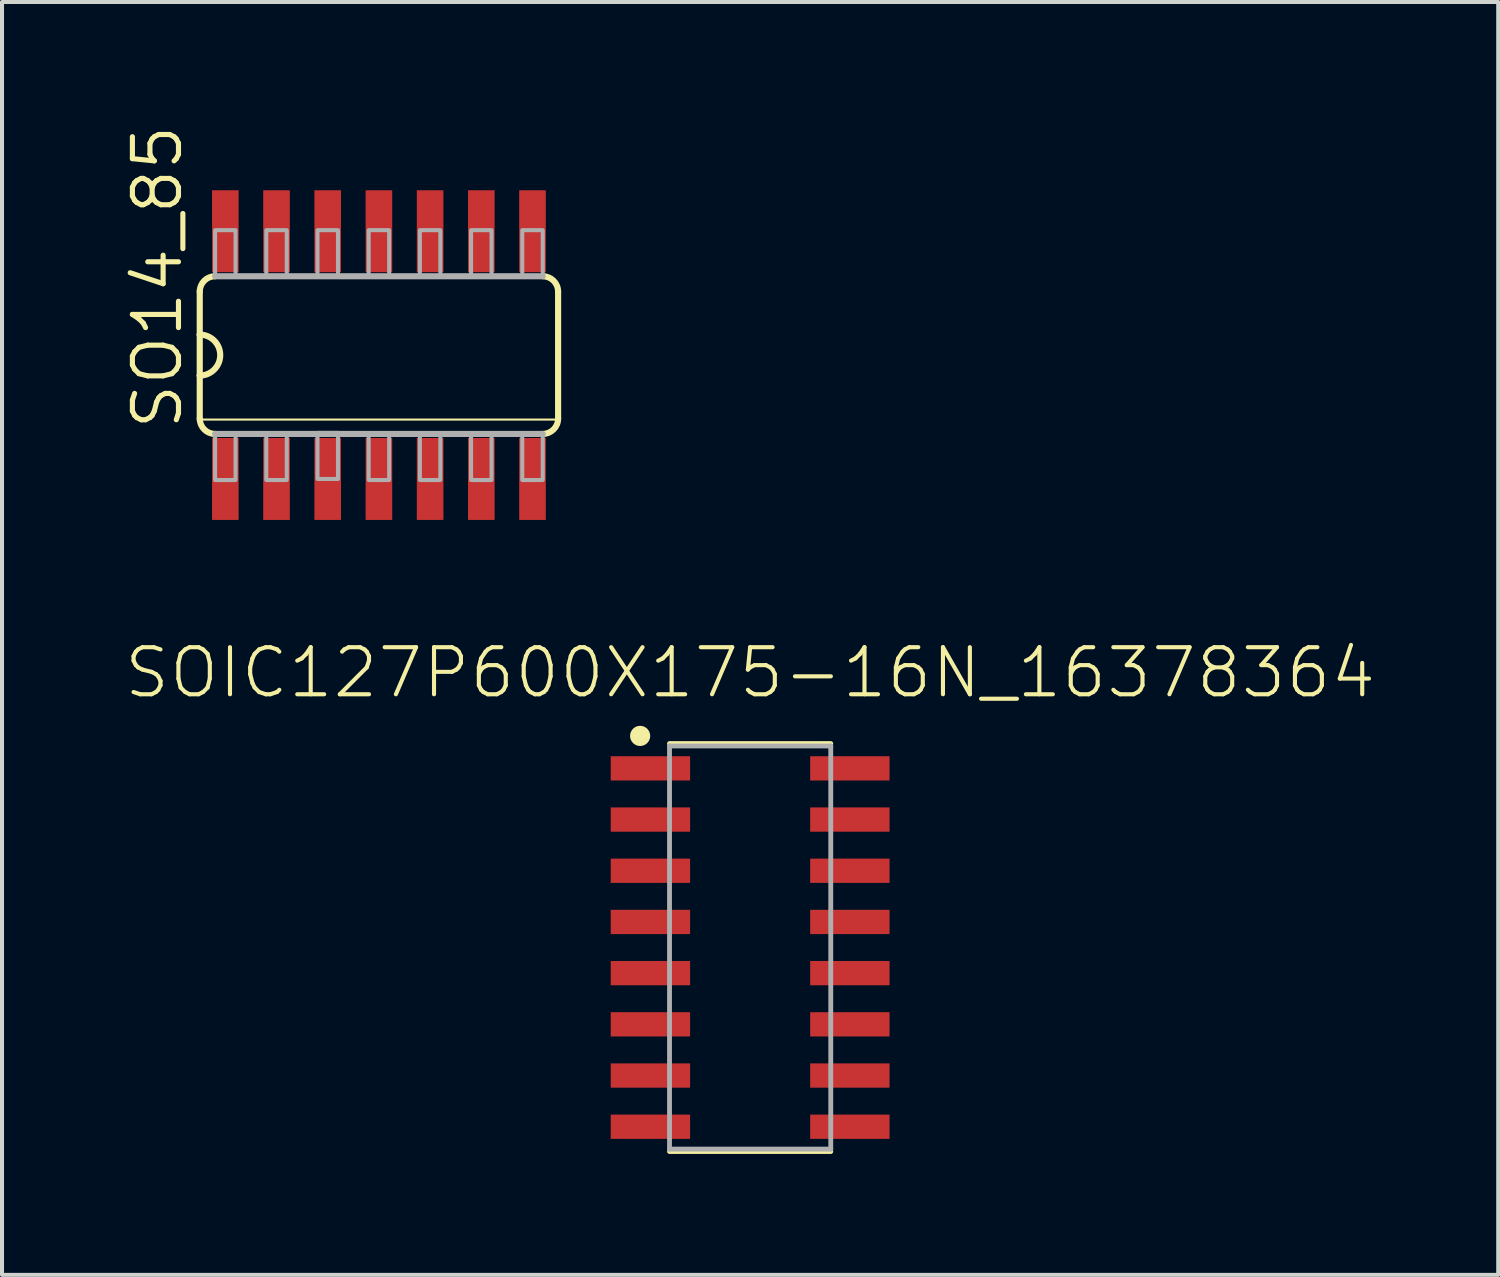
<source format=kicad_pcb>
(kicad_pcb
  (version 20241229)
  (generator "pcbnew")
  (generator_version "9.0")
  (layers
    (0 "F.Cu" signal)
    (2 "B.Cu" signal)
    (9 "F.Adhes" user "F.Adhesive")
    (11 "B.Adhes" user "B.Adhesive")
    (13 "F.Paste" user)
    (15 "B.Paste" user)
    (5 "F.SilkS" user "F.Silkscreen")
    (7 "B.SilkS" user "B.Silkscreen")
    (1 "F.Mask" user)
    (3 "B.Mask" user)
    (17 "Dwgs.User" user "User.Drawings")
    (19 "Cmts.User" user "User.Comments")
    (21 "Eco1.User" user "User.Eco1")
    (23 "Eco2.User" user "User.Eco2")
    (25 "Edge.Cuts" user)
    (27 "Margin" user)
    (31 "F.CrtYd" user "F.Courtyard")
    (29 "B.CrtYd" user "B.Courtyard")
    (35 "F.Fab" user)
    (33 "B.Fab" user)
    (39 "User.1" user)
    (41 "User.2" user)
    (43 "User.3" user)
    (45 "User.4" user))
  (footprint "SOIC127P600X175-16N_16378364"
    (layer "F.Cu")
    (at 15.559 20.456)
    (property "Reference" "SOIC127P600X175-16N_16378364" (at 0 -6.135 0) (unlocked yes) (layer "F.SilkS") (effects (font (size 1.168 1.168) (thickness 0.102)) (justify bottom)))
    (fp_line (start -2 -5.06) (end 2 -5.06) (stroke (width 0.12) (type solid)) (layer "F.SilkS"))
    (fp_line (start -2 5.06) (end 2 5.06) (stroke (width 0.12) (type solid)) (layer "F.SilkS"))
    (fp_circle (center -2.729 -5.25) (end -2.604 -5.25) (stroke (width 0.25) (type solid)) (fill yes) (layer "F.SilkS"))
    (fp_line (start -2 -5) (end 2 -5) (stroke (width 0.12) (type solid)) (layer "F.Fab"))
    (fp_line (start -2 5) (end -2 -5) (stroke (width 0.12) (type solid)) (layer "F.Fab"))
    (fp_line (start 2 -5) (end 2 5) (stroke (width 0.12) (type solid)) (layer "F.Fab"))
    (fp_line (start 2 5) (end -2 5) (stroke (width 0.12) (type solid)) (layer "F.Fab"))
    (pad "1" smd rect (at -2.474 -4.445) (size 1.969 0.602) (layers "F.Cu" "F.Mask" "F.Paste"))
    (pad "2" smd rect (at -2.474 -3.175) (size 1.969 0.602) (layers "F.Cu" "F.Mask" "F.Paste"))
    (pad "3" smd rect (at -2.474 -1.905) (size 1.969 0.602) (layers "F.Cu" "F.Mask" "F.Paste"))
    (pad "4" smd rect (at -2.474 -0.635) (size 1.969 0.602) (layers "F.Cu" "F.Mask" "F.Paste"))
    (pad "5" smd rect (at -2.474 0.635) (size 1.969 0.602) (layers "F.Cu" "F.Mask" "F.Paste"))
    (pad "6" smd rect (at -2.474 1.905) (size 1.969 0.602) (layers "F.Cu" "F.Mask" "F.Paste"))
    (pad "7" smd rect (at -2.474 3.175) (size 1.969 0.602) (layers "F.Cu" "F.Mask" "F.Paste"))
    (pad "8" smd rect (at -2.474 4.445) (size 1.969 0.602) (layers "F.Cu" "F.Mask" "F.Paste"))
    (pad "9" smd rect (at 2.474 4.445) (size 1.969 0.602) (layers "F.Cu" "F.Mask" "F.Paste"))
    (pad "10" smd rect (at 2.474 3.175) (size 1.969 0.602) (layers "F.Cu" "F.Mask" "F.Paste"))
    (pad "11" smd rect (at 2.474 1.905) (size 1.969 0.602) (layers "F.Cu" "F.Mask" "F.Paste"))
    (pad "12" smd rect (at 2.474 0.635) (size 1.969 0.602) (layers "F.Cu" "F.Mask" "F.Paste"))
    (pad "13" smd rect (at 2.474 -0.635) (size 1.969 0.602) (layers "F.Cu" "F.Mask" "F.Paste"))
    (pad "14" smd rect (at 2.474 -1.905) (size 1.969 0.602) (layers "F.Cu" "F.Mask" "F.Paste"))
    (pad "15" smd rect (at 2.474 -3.175) (size 1.969 0.602) (layers "F.Cu" "F.Mask" "F.Paste"))
    (pad "16" smd rect (at 2.474 -4.445) (size 1.969 0.602) (layers "F.Cu" "F.Mask" "F.Paste")))
  (footprint "SO14_85"
    (layer "F.Cu")
    (at 6.35 5.759)
    (property "Reference" "SO14_85" (at -4.826 1.905 90) (unlocked yes) (layer "F.SilkS") (effects (font (size 1.143 1.143) (thickness 0.127)) (justify left bottom)))
    (fp_line (start -4.445 -1.575) (end -4.445 -0.508) (stroke (width 0.152) (type solid)) (layer "F.SilkS"))
    (fp_line (start -4.445 -0.508) (end -4.445 0.508) (stroke (width 0.152) (type solid)) (layer "F.SilkS"))
    (fp_line (start -4.445 0.508) (end -4.445 1.575) (stroke (width 0.152) (type solid)) (layer "F.SilkS"))
    (fp_line (start -4.445 1.6) (end 4.445 1.6) (stroke (width 0.051) (type solid)) (layer "F.SilkS"))
    (fp_line (start 4.445 1.575) (end 4.445 -1.575) (stroke (width 0.152) (type solid)) (layer "F.SilkS"))
    (fp_arc (start -4.445 -1.5748) (mid -4.333408 -1.844208) (end -4.064 -1.9558) (stroke (width 0.1524) (type solid)) (layer "F.SilkS"))
    (fp_arc (start -4.445 -0.508) (mid -3.937 0) (end -4.445 0.508) (stroke (width 0.1524) (type solid)) (layer "F.SilkS"))
    (fp_arc (start -4.064 1.9558) (mid -4.333408 1.844208) (end -4.445 1.5748) (stroke (width 0.1524) (type solid)) (layer "F.SilkS"))
    (fp_arc (start 4.064 -1.9558) (mid 4.333408 -1.844208) (end 4.445 -1.5748) (stroke (width 0.1524) (type solid)) (layer "F.SilkS"))
    (fp_arc (start 4.445 1.5748) (mid 4.333408 1.844208) (end 4.064 1.9558) (stroke (width 0.1524) (type solid)) (layer "F.SilkS"))
    (fp_line (start -4.064 1.956) (end 4.064 1.956) (stroke (width 0.152) (type solid)) (layer "F.Fab"))
    (fp_line (start 4.064 -1.956) (end -4.064 -1.956) (stroke (width 0.152) (type solid)) (layer "F.Fab"))
    (fp_poly (pts (xy -4.064 -1.956) (xy -3.556 -1.956) (xy -3.556 -3.099) (xy -4.064 -3.099)) (stroke (width 0.1) (type default)) (fill no) (layer "F.Fab"))
    (fp_poly (pts (xy -4.064 3.099) (xy -3.556 3.099) (xy -3.556 1.956) (xy -4.064 1.956)) (stroke (width 0.1) (type default)) (fill no) (layer "F.Fab"))
    (fp_poly (pts (xy -2.794 -1.956) (xy -2.286 -1.956) (xy -2.286 -3.099) (xy -2.794 -3.099)) (stroke (width 0.1) (type default)) (fill no) (layer "F.Fab"))
    (fp_poly (pts (xy -2.794 3.099) (xy -2.286 3.099) (xy -2.286 1.956) (xy -2.794 1.956)) (stroke (width 0.1) (type default)) (fill no) (layer "F.Fab"))
    (fp_poly (pts (xy -1.524 -1.956) (xy -1.016 -1.956) (xy -1.016 -3.099) (xy -1.524 -3.099)) (stroke (width 0.1) (type default)) (fill no) (layer "F.Fab"))
    (fp_poly (pts (xy -1.524 3.073) (xy -1.016 3.073) (xy -1.016 1.93) (xy -1.524 1.93)) (stroke (width 0.1) (type default)) (fill no) (layer "F.Fab"))
    (fp_poly (pts (xy -0.254 -1.956) (xy 0.254 -1.956) (xy 0.254 -3.099) (xy -0.254 -3.099)) (stroke (width 0.1) (type default)) (fill no) (layer "F.Fab"))
    (fp_poly (pts (xy -0.254 3.099) (xy 0.254 3.099) (xy 0.254 1.956) (xy -0.254 1.956)) (stroke (width 0.1) (type default)) (fill no) (layer "F.Fab"))
    (fp_poly (pts (xy 1.016 -1.956) (xy 1.524 -1.956) (xy 1.524 -3.099) (xy 1.016 -3.099)) (stroke (width 0.1) (type default)) (fill no) (layer "F.Fab"))
    (fp_poly (pts (xy 1.016 3.099) (xy 1.524 3.099) (xy 1.524 1.956) (xy 1.016 1.956)) (stroke (width 0.1) (type default)) (fill no) (layer "F.Fab"))
    (fp_poly (pts (xy 2.286 -1.956) (xy 2.794 -1.956) (xy 2.794 -3.099) (xy 2.286 -3.099)) (stroke (width 0.1) (type default)) (fill no) (layer "F.Fab"))
    (fp_poly (pts (xy 2.286 3.099) (xy 2.794 3.099) (xy 2.794 1.956) (xy 2.286 1.956)) (stroke (width 0.1) (type default)) (fill no) (layer "F.Fab"))
    (fp_poly (pts (xy 3.556 -1.956) (xy 4.064 -1.956) (xy 4.064 -3.099) (xy 3.556 -3.099)) (stroke (width 0.1) (type default)) (fill no) (layer "F.Fab"))
    (fp_poly (pts (xy 3.556 3.099) (xy 4.064 3.099) (xy 4.064 1.956) (xy 3.556 1.956)) (stroke (width 0.1) (type default)) (fill no) (layer "F.Fab"))
    (pad "1" smd rect (at -3.81 3.073) (size 0.66 2.032) (layers "F.Cu" "F.Mask" "F.Paste"))
    (pad "2" smd rect (at -2.54 3.073) (size 0.66 2.032) (layers "F.Cu" "F.Mask" "F.Paste"))
    (pad "3" smd rect (at -1.27 3.073) (size 0.66 2.032) (layers "F.Cu" "F.Mask" "F.Paste"))
    (pad "4" smd rect (at 0 3.073) (size 0.66 2.032) (layers "F.Cu" "F.Mask" "F.Paste"))
    (pad "5" smd rect (at 1.27 3.073) (size 0.66 2.032) (layers "F.Cu" "F.Mask" "F.Paste"))
    (pad "6" smd rect (at 2.54 3.073) (size 0.66 2.032) (layers "F.Cu" "F.Mask" "F.Paste"))
    (pad "7" smd rect (at 3.81 3.073) (size 0.66 2.032) (layers "F.Cu" "F.Mask" "F.Paste"))
    (pad "8" smd rect (at 3.81 -3.073) (size 0.66 2.032) (layers "F.Cu" "F.Mask" "F.Paste"))
    (pad "9" smd rect (at 2.54 -3.073) (size 0.66 2.032) (layers "F.Cu" "F.Mask" "F.Paste"))
    (pad "10" smd rect (at 1.27 -3.073) (size 0.66 2.032) (layers "F.Cu" "F.Mask" "F.Paste"))
    (pad "11" smd rect (at 0 -3.073) (size 0.66 2.032) (layers "F.Cu" "F.Mask" "F.Paste"))
    (pad "12" smd rect (at -1.27 -3.073) (size 0.66 2.032) (layers "F.Cu" "F.Mask" "F.Paste"))
    (pad "13" smd rect (at -2.54 -3.073) (size 0.66 2.032) (layers "F.Cu" "F.Mask" "F.Paste"))
    (pad "14" smd rect (at -3.81 -3.073) (size 0.66 2.032) (layers "F.Cu" "F.Mask" "F.Paste")))
  (gr_rect
    (start -3 -3)
    (end 34.117 28.576)
    (stroke (width 0.1) (type default))
    (fill no)
    (layer "Edge.Cuts")))
</source>
